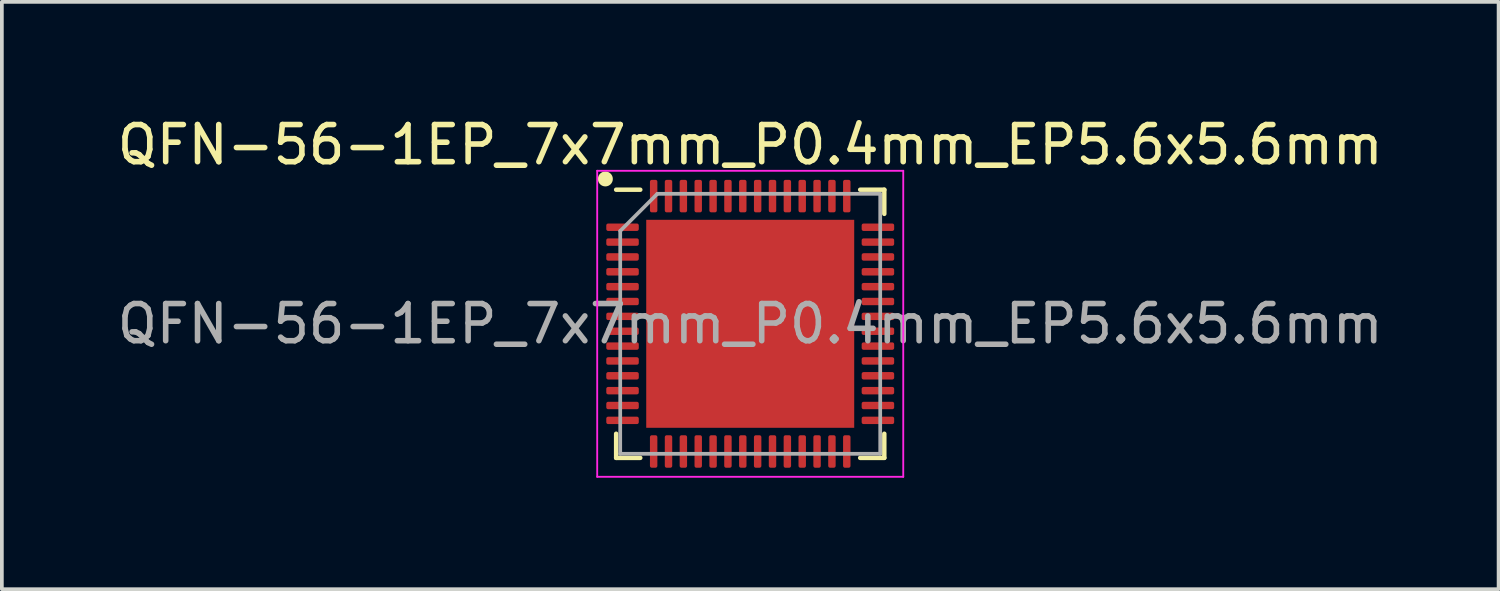
<source format=kicad_pcb>
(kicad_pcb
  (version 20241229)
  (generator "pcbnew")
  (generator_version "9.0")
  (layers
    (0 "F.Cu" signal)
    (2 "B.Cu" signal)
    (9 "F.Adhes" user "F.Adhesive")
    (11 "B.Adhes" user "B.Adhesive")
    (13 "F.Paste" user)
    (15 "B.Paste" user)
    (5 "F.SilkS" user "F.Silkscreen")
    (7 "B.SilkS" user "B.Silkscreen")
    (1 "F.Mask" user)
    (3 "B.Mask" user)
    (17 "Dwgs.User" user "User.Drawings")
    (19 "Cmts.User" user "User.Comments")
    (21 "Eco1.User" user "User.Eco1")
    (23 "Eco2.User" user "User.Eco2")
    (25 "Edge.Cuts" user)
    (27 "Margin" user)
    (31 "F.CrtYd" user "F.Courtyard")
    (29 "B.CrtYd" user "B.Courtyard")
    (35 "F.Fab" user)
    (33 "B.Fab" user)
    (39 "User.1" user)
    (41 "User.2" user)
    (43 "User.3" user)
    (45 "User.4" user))
  (footprint "QFN-56-1EP_7x7mm_P0.4mm_EP5.6x5.6mm"
    (layer "F.Cu")
    (at 17.149 5.668)
    (property "Reference" "QFN-56-1EP_7x7mm_P0.4mm_EP5.6x5.6mm" (at 0 -4.82 0) (layer "F.SilkS") (effects (font (size 1 1) (thickness 0.15))))
    (attr smd)
    (fp_line (start -3.61 3.61) (end -3.61 2.96) (stroke (width 0.12) (type solid)) (layer "F.SilkS"))
    (fp_line (start -2.96 -3.61) (end -3.61 -3.61) (stroke (width 0.12) (type solid)) (layer "F.SilkS"))
    (fp_line (start -2.96 3.61) (end -3.61 3.61) (stroke (width 0.12) (type solid)) (layer "F.SilkS"))
    (fp_line (start 2.96 -3.61) (end 3.61 -3.61) (stroke (width 0.12) (type solid)) (layer "F.SilkS"))
    (fp_line (start 2.96 3.61) (end 3.61 3.61) (stroke (width 0.12) (type solid)) (layer "F.SilkS"))
    (fp_line (start 3.61 -3.61) (end 3.61 -2.96) (stroke (width 0.12) (type solid)) (layer "F.SilkS"))
    (fp_line (start 3.61 3.61) (end 3.61 2.96) (stroke (width 0.12) (type solid)) (layer "F.SilkS"))
    (fp_circle (center -3.9 -3.9) (end -3.759 -3.9) (stroke (width 0.12) (type solid)) (fill yes) (layer "F.SilkS"))
    (fp_line (start -4.12 -4.12) (end -4.12 4.12) (stroke (width 0.05) (type solid)) (layer "F.CrtYd"))
    (fp_line (start -4.12 4.12) (end 4.12 4.12) (stroke (width 0.05) (type solid)) (layer "F.CrtYd"))
    (fp_line (start 4.12 -4.12) (end -4.12 -4.12) (stroke (width 0.05) (type solid)) (layer "F.CrtYd"))
    (fp_line (start 4.12 4.12) (end 4.12 -4.12) (stroke (width 0.05) (type solid)) (layer "F.CrtYd"))
    (fp_line (start -3.5 -2.5) (end -2.5 -3.5) (stroke (width 0.1) (type solid)) (layer "F.Fab"))
    (fp_line (start -3.5 3.5) (end -3.5 -2.5) (stroke (width 0.1) (type solid)) (layer "F.Fab"))
    (fp_line (start -2.5 -3.5) (end 3.5 -3.5) (stroke (width 0.1) (type solid)) (layer "F.Fab"))
    (fp_line (start 3.5 -3.5) (end 3.5 3.5) (stroke (width 0.1) (type solid)) (layer "F.Fab"))
    (fp_line (start 3.5 3.5) (end -3.5 3.5) (stroke (width 0.1) (type solid)) (layer "F.Fab"))
    (fp_text user "${REFERENCE}" (at 0 0 0) (layer "F.Fab") (effects (font (size 1 1) (thickness 0.15))))
    (pad "" smd roundrect (at -2.1 -2.1) (size 1.13 1.13) (layers "F.Paste") (roundrect_rratio 0.221))
    (pad "" smd roundrect (at -2.1 -0.7) (size 1.13 1.13) (layers "F.Paste") (roundrect_rratio 0.221))
    (pad "" smd roundrect (at -2.1 0.7) (size 1.13 1.13) (layers "F.Paste") (roundrect_rratio 0.221))
    (pad "" smd roundrect (at -2.1 2.1) (size 1.13 1.13) (layers "F.Paste") (roundrect_rratio 0.221))
    (pad "" smd roundrect (at -0.7 -2.1) (size 1.13 1.13) (layers "F.Paste") (roundrect_rratio 0.221))
    (pad "" smd roundrect (at -0.7 -0.7) (size 1.13 1.13) (layers "F.Paste") (roundrect_rratio 0.221))
    (pad "" smd roundrect (at -0.7 0.7) (size 1.13 1.13) (layers "F.Paste") (roundrect_rratio 0.221))
    (pad "" smd roundrect (at -0.7 2.1) (size 1.13 1.13) (layers "F.Paste") (roundrect_rratio 0.221))
    (pad "" smd roundrect (at 0.7 -2.1) (size 1.13 1.13) (layers "F.Paste") (roundrect_rratio 0.221))
    (pad "" smd roundrect (at 0.7 -0.7) (size 1.13 1.13) (layers "F.Paste") (roundrect_rratio 0.221))
    (pad "" smd roundrect (at 0.7 0.7) (size 1.13 1.13) (layers "F.Paste") (roundrect_rratio 0.221))
    (pad "" smd roundrect (at 0.7 2.1) (size 1.13 1.13) (layers "F.Paste") (roundrect_rratio 0.221))
    (pad "" smd roundrect (at 2.1 -2.1) (size 1.13 1.13) (layers "F.Paste") (roundrect_rratio 0.221))
    (pad "" smd roundrect (at 2.1 -0.7) (size 1.13 1.13) (layers "F.Paste") (roundrect_rratio 0.221))
    (pad "" smd roundrect (at 2.1 0.7) (size 1.13 1.13) (layers "F.Paste") (roundrect_rratio 0.221))
    (pad "" smd roundrect (at 2.1 2.1) (size 1.13 1.13) (layers "F.Paste") (roundrect_rratio 0.221))
    (pad "1" smd roundrect (at -3.438 -2.6) (size 0.875 0.2) (layers "F.Cu" "F.Mask" "F.Paste") (roundrect_rratio 0.25))
    (pad "2" smd roundrect (at -3.438 -2.2) (size 0.875 0.2) (layers "F.Cu" "F.Mask" "F.Paste") (roundrect_rratio 0.25))
    (pad "3" smd roundrect (at -3.438 -1.8) (size 0.875 0.2) (layers "F.Cu" "F.Mask" "F.Paste") (roundrect_rratio 0.25))
    (pad "4" smd roundrect (at -3.438 -1.4) (size 0.875 0.2) (layers "F.Cu" "F.Mask" "F.Paste") (roundrect_rratio 0.25))
    (pad "5" smd roundrect (at -3.438 -1) (size 0.875 0.2) (layers "F.Cu" "F.Mask" "F.Paste") (roundrect_rratio 0.25))
    (pad "6" smd roundrect (at -3.438 -0.6) (size 0.875 0.2) (layers "F.Cu" "F.Mask" "F.Paste") (roundrect_rratio 0.25))
    (pad "7" smd roundrect (at -3.438 -0.2) (size 0.875 0.2) (layers "F.Cu" "F.Mask" "F.Paste") (roundrect_rratio 0.25))
    (pad "8" smd roundrect (at -3.438 0.2) (size 0.875 0.2) (layers "F.Cu" "F.Mask" "F.Paste") (roundrect_rratio 0.25))
    (pad "9" smd roundrect (at -3.438 0.6) (size 0.875 0.2) (layers "F.Cu" "F.Mask" "F.Paste") (roundrect_rratio 0.25))
    (pad "10" smd roundrect (at -3.438 1) (size 0.875 0.2) (layers "F.Cu" "F.Mask" "F.Paste") (roundrect_rratio 0.25))
    (pad "11" smd roundrect (at -3.438 1.4) (size 0.875 0.2) (layers "F.Cu" "F.Mask" "F.Paste") (roundrect_rratio 0.25))
    (pad "12" smd roundrect (at -3.438 1.8) (size 0.875 0.2) (layers "F.Cu" "F.Mask" "F.Paste") (roundrect_rratio 0.25))
    (pad "13" smd roundrect (at -3.438 2.2) (size 0.875 0.2) (layers "F.Cu" "F.Mask" "F.Paste") (roundrect_rratio 0.25))
    (pad "14" smd roundrect (at -3.438 2.6) (size 0.875 0.2) (layers "F.Cu" "F.Mask" "F.Paste") (roundrect_rratio 0.25))
    (pad "15" smd roundrect (at -2.6 3.438) (size 0.2 0.875) (layers "F.Cu" "F.Mask" "F.Paste") (roundrect_rratio 0.25))
    (pad "16" smd roundrect (at -2.2 3.438) (size 0.2 0.875) (layers "F.Cu" "F.Mask" "F.Paste") (roundrect_rratio 0.25))
    (pad "17" smd roundrect (at -1.8 3.438) (size 0.2 0.875) (layers "F.Cu" "F.Mask" "F.Paste") (roundrect_rratio 0.25))
    (pad "18" smd roundrect (at -1.4 3.438) (size 0.2 0.875) (layers "F.Cu" "F.Mask" "F.Paste") (roundrect_rratio 0.25))
    (pad "19" smd roundrect (at -1 3.438) (size 0.2 0.875) (layers "F.Cu" "F.Mask" "F.Paste") (roundrect_rratio 0.25))
    (pad "20" smd roundrect (at -0.6 3.438) (size 0.2 0.875) (layers "F.Cu" "F.Mask" "F.Paste") (roundrect_rratio 0.25))
    (pad "21" smd roundrect (at -0.2 3.438) (size 0.2 0.875) (layers "F.Cu" "F.Mask" "F.Paste") (roundrect_rratio 0.25))
    (pad "22" smd roundrect (at 0.2 3.438) (size 0.2 0.875) (layers "F.Cu" "F.Mask" "F.Paste") (roundrect_rratio 0.25))
    (pad "23" smd roundrect (at 0.6 3.438) (size 0.2 0.875) (layers "F.Cu" "F.Mask" "F.Paste") (roundrect_rratio 0.25))
    (pad "24" smd roundrect (at 1 3.438) (size 0.2 0.875) (layers "F.Cu" "F.Mask" "F.Paste") (roundrect_rratio 0.25))
    (pad "25" smd roundrect (at 1.4 3.438) (size 0.2 0.875) (layers "F.Cu" "F.Mask" "F.Paste") (roundrect_rratio 0.25))
    (pad "26" smd roundrect (at 1.8 3.438) (size 0.2 0.875) (layers "F.Cu" "F.Mask" "F.Paste") (roundrect_rratio 0.25))
    (pad "27" smd roundrect (at 2.2 3.438) (size 0.2 0.875) (layers "F.Cu" "F.Mask" "F.Paste") (roundrect_rratio 0.25))
    (pad "28" smd roundrect (at 2.6 3.438) (size 0.2 0.875) (layers "F.Cu" "F.Mask" "F.Paste") (roundrect_rratio 0.25))
    (pad "29" smd roundrect (at 3.438 2.6) (size 0.875 0.2) (layers "F.Cu" "F.Mask" "F.Paste") (roundrect_rratio 0.25))
    (pad "30" smd roundrect (at 3.438 2.2) (size 0.875 0.2) (layers "F.Cu" "F.Mask" "F.Paste") (roundrect_rratio 0.25))
    (pad "31" smd roundrect (at 3.438 1.8) (size 0.875 0.2) (layers "F.Cu" "F.Mask" "F.Paste") (roundrect_rratio 0.25))
    (pad "32" smd roundrect (at 3.438 1.4) (size 0.875 0.2) (layers "F.Cu" "F.Mask" "F.Paste") (roundrect_rratio 0.25))
    (pad "33" smd roundrect (at 3.438 1) (size 0.875 0.2) (layers "F.Cu" "F.Mask" "F.Paste") (roundrect_rratio 0.25))
    (pad "34" smd roundrect (at 3.438 0.6) (size 0.875 0.2) (layers "F.Cu" "F.Mask" "F.Paste") (roundrect_rratio 0.25))
    (pad "35" smd roundrect (at 3.438 0.2) (size 0.875 0.2) (layers "F.Cu" "F.Mask" "F.Paste") (roundrect_rratio 0.25))
    (pad "36" smd roundrect (at 3.438 -0.2) (size 0.875 0.2) (layers "F.Cu" "F.Mask" "F.Paste") (roundrect_rratio 0.25))
    (pad "37" smd roundrect (at 3.438 -0.6) (size 0.875 0.2) (layers "F.Cu" "F.Mask" "F.Paste") (roundrect_rratio 0.25))
    (pad "38" smd roundrect (at 3.438 -1) (size 0.875 0.2) (layers "F.Cu" "F.Mask" "F.Paste") (roundrect_rratio 0.25))
    (pad "39" smd roundrect (at 3.438 -1.4) (size 0.875 0.2) (layers "F.Cu" "F.Mask" "F.Paste") (roundrect_rratio 0.25))
    (pad "40" smd roundrect (at 3.438 -1.8) (size 0.875 0.2) (layers "F.Cu" "F.Mask" "F.Paste") (roundrect_rratio 0.25))
    (pad "41" smd roundrect (at 3.438 -2.2) (size 0.875 0.2) (layers "F.Cu" "F.Mask" "F.Paste") (roundrect_rratio 0.25))
    (pad "42" smd roundrect (at 3.438 -2.6) (size 0.875 0.2) (layers "F.Cu" "F.Mask" "F.Paste") (roundrect_rratio 0.25))
    (pad "43" smd roundrect (at 2.6 -3.438) (size 0.2 0.875) (layers "F.Cu" "F.Mask" "F.Paste") (roundrect_rratio 0.25))
    (pad "44" smd roundrect (at 2.2 -3.438) (size 0.2 0.875) (layers "F.Cu" "F.Mask" "F.Paste") (roundrect_rratio 0.25))
    (pad "45" smd roundrect (at 1.8 -3.438) (size 0.2 0.875) (layers "F.Cu" "F.Mask" "F.Paste") (roundrect_rratio 0.25))
    (pad "46" smd roundrect (at 1.4 -3.438) (size 0.2 0.875) (layers "F.Cu" "F.Mask" "F.Paste") (roundrect_rratio 0.25))
    (pad "47" smd roundrect (at 1 -3.438) (size 0.2 0.875) (layers "F.Cu" "F.Mask" "F.Paste") (roundrect_rratio 0.25))
    (pad "48" smd roundrect (at 0.6 -3.438) (size 0.2 0.875) (layers "F.Cu" "F.Mask" "F.Paste") (roundrect_rratio 0.25))
    (pad "49" smd roundrect (at 0.2 -3.438) (size 0.2 0.875) (layers "F.Cu" "F.Mask" "F.Paste") (roundrect_rratio 0.25))
    (pad "50" smd roundrect (at -0.2 -3.438) (size 0.2 0.875) (layers "F.Cu" "F.Mask" "F.Paste") (roundrect_rratio 0.25))
    (pad "51" smd roundrect (at -0.6 -3.438) (size 0.2 0.875) (layers "F.Cu" "F.Mask" "F.Paste") (roundrect_rratio 0.25))
    (pad "52" smd roundrect (at -1 -3.438) (size 0.2 0.875) (layers "F.Cu" "F.Mask" "F.Paste") (roundrect_rratio 0.25))
    (pad "53" smd roundrect (at -1.4 -3.438) (size 0.2 0.875) (layers "F.Cu" "F.Mask" "F.Paste") (roundrect_rratio 0.25))
    (pad "54" smd roundrect (at -1.8 -3.438) (size 0.2 0.875) (layers "F.Cu" "F.Mask" "F.Paste") (roundrect_rratio 0.25))
    (pad "55" smd roundrect (at -2.2 -3.438) (size 0.2 0.875) (layers "F.Cu" "F.Mask" "F.Paste") (roundrect_rratio 0.25))
    (pad "56" smd roundrect (at -2.6 -3.438) (size 0.2 0.875) (layers "F.Cu" "F.Mask" "F.Paste") (roundrect_rratio 0.25))
    (pad "57" smd rect (at 0 0) (size 5.6 5.6) (layers "F.Cu" "F.Mask")))
  (gr_rect
    (start -3 -3)
    (end 37.298 12.813)
    (stroke (width 0.1) (type default))
    (fill no)
    (layer "Edge.Cuts")))
</source>
